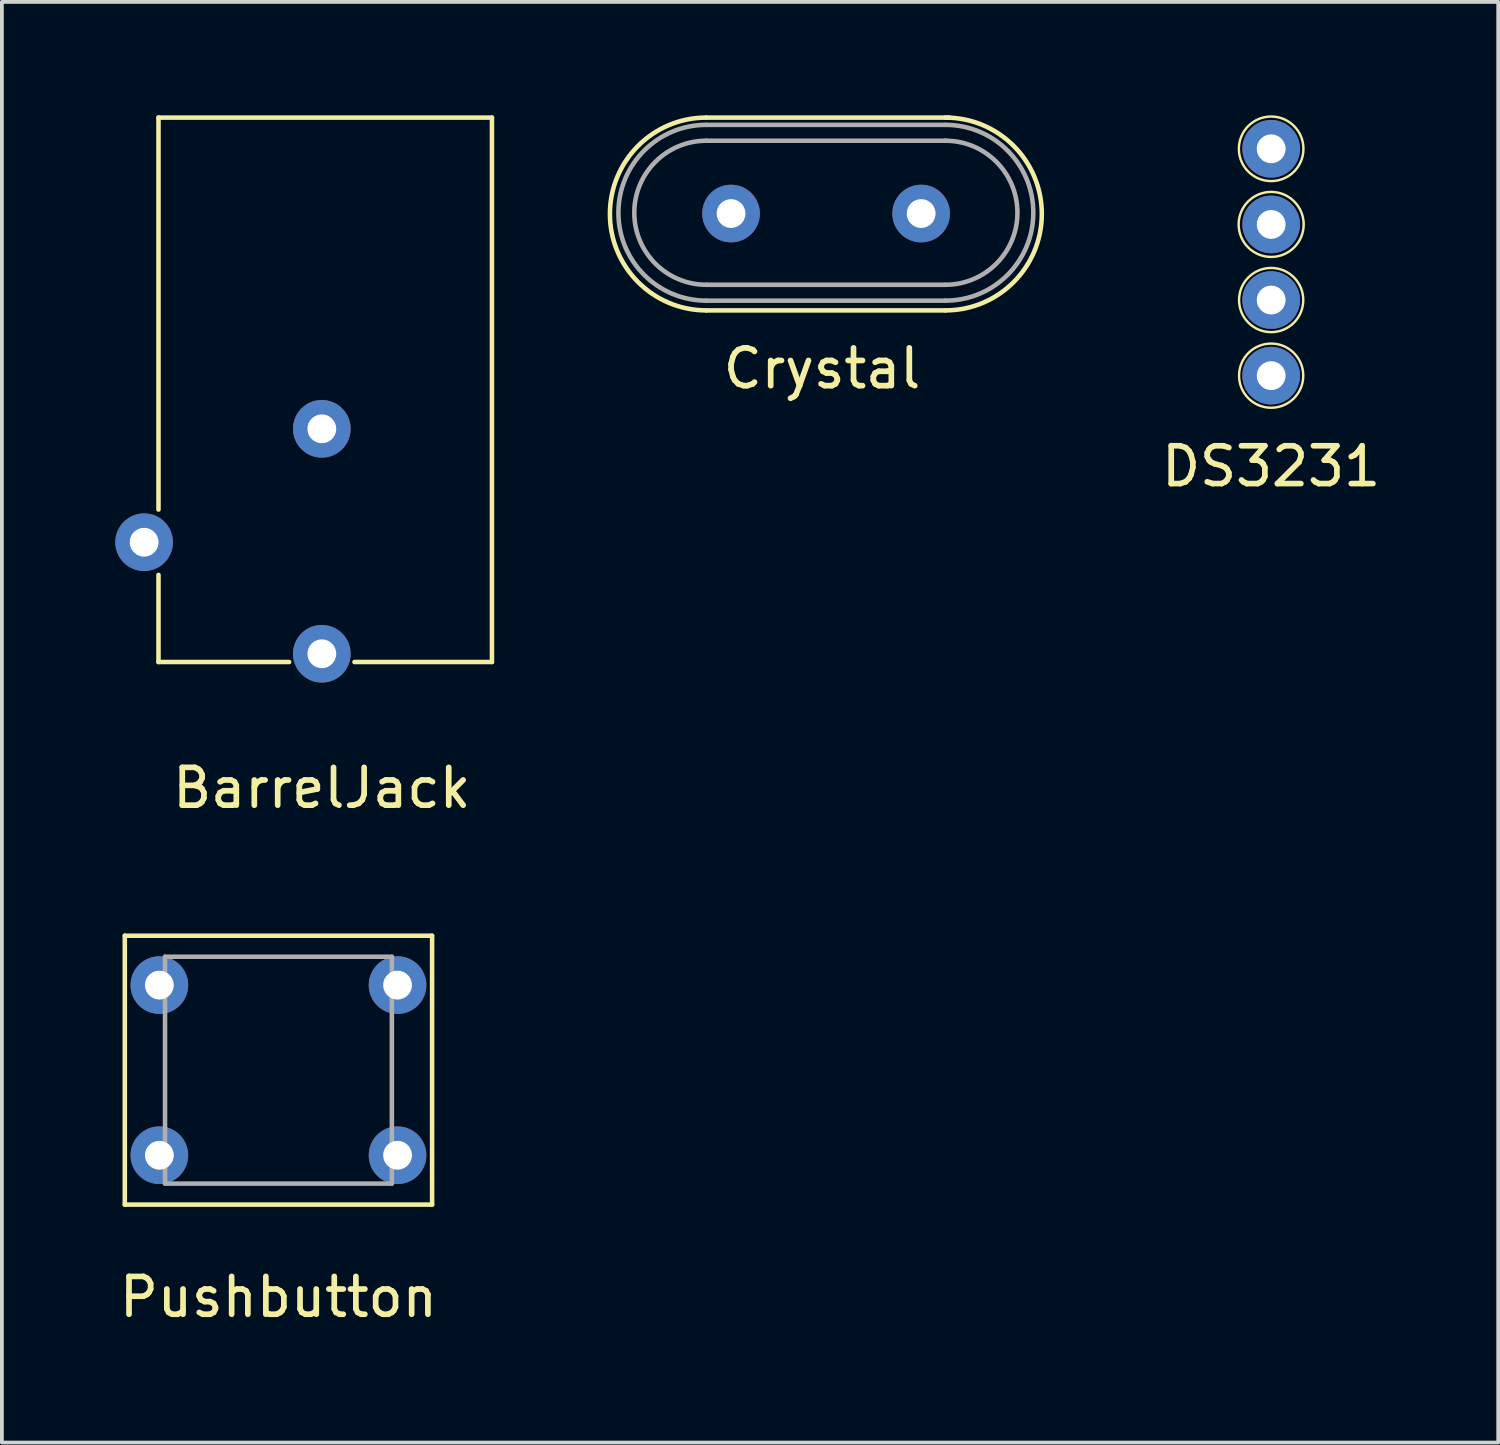
<source format=kicad_pcb>
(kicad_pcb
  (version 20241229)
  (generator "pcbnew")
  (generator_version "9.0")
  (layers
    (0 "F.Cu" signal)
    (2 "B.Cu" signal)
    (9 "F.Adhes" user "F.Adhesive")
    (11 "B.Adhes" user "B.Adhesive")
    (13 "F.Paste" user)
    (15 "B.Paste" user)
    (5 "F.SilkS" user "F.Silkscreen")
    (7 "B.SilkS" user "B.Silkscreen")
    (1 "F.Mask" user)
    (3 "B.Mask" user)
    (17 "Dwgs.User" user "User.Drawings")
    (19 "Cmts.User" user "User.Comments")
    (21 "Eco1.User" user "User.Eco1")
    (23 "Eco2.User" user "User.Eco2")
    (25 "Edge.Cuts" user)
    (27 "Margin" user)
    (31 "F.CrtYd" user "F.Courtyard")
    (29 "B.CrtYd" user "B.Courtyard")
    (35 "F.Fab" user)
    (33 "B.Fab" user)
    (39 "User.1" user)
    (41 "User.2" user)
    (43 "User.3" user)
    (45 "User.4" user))
  (footprint "Crystal"
    (layer "F.Cu")
    (at 18.692 2.916)
    (property "Reference" "Crystal" (at 0 3.78 0) (layer "F.SilkS") (effects (font (size 1 1) (thickness 0.15))))
    (attr through_hole)
    (fp_line (start -3.06 -2.856) (end 3.366 -2.856) (stroke (width 0.12) (type solid)) (layer "F.SilkS"))
    (fp_line (start -3.06 2.244) (end 3.264 2.244) (stroke (width 0.12) (type solid)) (layer "F.SilkS"))
    (fp_arc (start -3.06 2.244) (mid -5.61 -0.306) (end -3.06 -2.856) (stroke (width 0.12) (type solid)) (layer "F.SilkS"))
    (fp_arc (start 3.264 -2.856) (mid 5.814 -0.306) (end 3.264 2.244) (stroke (width 0.12) (type solid)) (layer "F.SilkS"))
    (fp_line (start 3.264 -2.664) (end -3.06 -2.664) (stroke (width 0.12) (type solid)) (layer "F.Fab"))
    (fp_line (start 3.264 -2.244) (end -3.06 -2.244) (stroke (width 0.12) (type solid)) (layer "F.Fab"))
    (fp_line (start 3.264 1.566) (end -3.06 1.566) (stroke (width 0.12) (type solid)) (layer "F.Fab"))
    (fp_line (start 3.264 1.986) (end -3.06 1.986) (stroke (width 0.12) (type solid)) (layer "F.Fab"))
    (fp_arc (start -3.06 1.566) (mid -4.965 -0.339) (end -3.06 -2.244) (stroke (width 0.12) (type solid)) (layer "F.Fab"))
    (fp_arc (start -3.06 1.986) (mid -5.385 -0.339) (end -3.06 -2.664) (stroke (width 0.12) (type solid)) (layer "F.Fab"))
    (fp_arc (start 3.264 -2.664) (mid 5.589 -0.339) (end 3.264 1.986) (stroke (width 0.12) (type solid)) (layer "F.Fab"))
    (fp_arc (start 3.264 -2.244) (mid 5.169 -0.339) (end 3.264 1.566) (stroke (width 0.12) (type solid)) (layer "F.Fab"))
    (pad "1" thru_hole circle (at 2.622 -0.318) (size 1.524 1.524) (drill 0.762) (layers "*.Cu" "*.Mask"))
    (pad "2" thru_hole circle (at -2.406 -0.318) (size 1.524 1.524) (drill 0.762) (layers "*.Cu" "*.Mask")))
  (footprint "BarrelJack"
    (layer "F.Cu")
    (at 5.462 7.116)
    (property "Reference" "BarrelJack" (at 0 10.676 0) (layer "F.SilkS") (effects (font (size 1 1) (thickness 0.15))))
    (attr through_hole)
    (fp_line (start -4.32 3.312) (end -4.32 -7.056) (stroke (width 0.12) (type solid)) (layer "F.SilkS"))
    (fp_line (start -4.32 7.344) (end -4.32 5.04) (stroke (width 0.12) (type solid)) (layer "F.SilkS"))
    (fp_line (start -4.32 7.344) (end -0.864 7.344) (stroke (width 0.12) (type solid)) (layer "F.SilkS"))
    (fp_line (start 4.5 -7.056) (end -4.32 -7.056) (stroke (width 0.12) (type solid)) (layer "F.SilkS"))
    (fp_line (start 4.5 -7.056) (end 4.5 7.344) (stroke (width 0.12) (type solid)) (layer "F.SilkS"))
    (fp_line (start 4.5 7.344) (end 0.864 7.344) (stroke (width 0.12) (type solid)) (layer "F.SilkS"))
    (pad "1" thru_hole circle (at 0 7.126) (size 1.524 1.524) (drill 0.762) (layers "*.Cu" "*.Mask"))
    (pad "2" thru_hole circle (at 0 1.176) (size 1.524 1.524) (drill 0.762) (layers "*.Cu" "*.Mask"))
    (pad "3" thru_hole circle (at -4.7 4.176) (size 1.524 1.524) (drill 0.762) (layers "*.Cu" "*.Mask")))
  (footprint "Pushbutton"
    (layer "F.Cu")
    (at 4.315 25.256)
    (property "Reference" "Pushbutton" (at 0 6 0) (layer "F.SilkS") (effects (font (size 1 1) (thickness 0.15))))
    (attr through_hole)
    (fp_line (start -4.064 -3.556) (end 4.064 -3.556) (stroke (width 0.12) (type solid)) (layer "F.SilkS"))
    (fp_line (start -4.064 3.556) (end -4.064 -3.556) (stroke (width 0.12) (type solid)) (layer "F.SilkS"))
    (fp_line (start 4.064 -3.556) (end 4.064 3.556) (stroke (width 0.12) (type solid)) (layer "F.SilkS"))
    (fp_line (start 4.064 3.556) (end -4.064 3.556) (stroke (width 0.12) (type solid)) (layer "F.SilkS"))
    (fp_line (start -3 -3) (end -3 3) (stroke (width 0.12) (type solid)) (layer "F.Fab"))
    (fp_line (start -3 3) (end 3 3) (stroke (width 0.12) (type solid)) (layer "F.Fab"))
    (fp_line (start 3 -3) (end -3 -3) (stroke (width 0.12) (type solid)) (layer "F.Fab"))
    (fp_line (start 3 3) (end 3 -3) (stroke (width 0.12) (type solid)) (layer "F.Fab"))
    (pad "1" thru_hole circle (at 3.15 -2.25) (size 1.524 1.524) (drill 0.762) (layers "*.Cu" "*.Mask"))
    (pad "2" thru_hole circle (at 3.15 2.25) (size 1.524 1.524) (drill 0.762) (layers "*.Cu" "*.Mask"))
    (pad "3" thru_hole circle (at -3.15 -2.25) (size 1.524 1.524) (drill 0.762) (layers "*.Cu" "*.Mask"))
    (pad "4" thru_hole circle (at -3.15 2.25) (size 1.524 1.524) (drill 0.762) (layers "*.Cu" "*.Mask")))
  (footprint "DS3231"
    (layer "F.Cu")
    (at 30.572 3.886)
    (property "Reference" "DS3231" (at 0 5.4 0) (layer "F.SilkS") (effects (font (size 1 1) (thickness 0.15))))
    (attr through_hole)
    (fp_circle (center 0 -3) (end 0.854 -3) (stroke (width 0.064) (type solid)) (fill no) (layer "F.SilkS"))
    (fp_circle (center 0 -1) (end 0.86 -1) (stroke (width 0.064) (type solid)) (fill no) (layer "F.SilkS"))
    (fp_circle (center 0 1) (end 0.849 1) (stroke (width 0.064) (type solid)) (fill no) (layer "F.SilkS"))
    (fp_circle (center 0 3) (end 0.849 3) (stroke (width 0.064) (type solid)) (fill no) (layer "F.SilkS"))
    (pad "2" thru_hole circle (at 0 1) (size 1.524 1.524) (drill 0.762) (layers "*.Cu" "*.Mask"))
    (pad "5" thru_hole circle (at 0 3) (size 1.524 1.524) (drill 0.762) (layers "*.Cu" "*.Mask"))
    (pad "7" thru_hole circle (at 0 -3) (size 1.524 1.524) (drill 0.762) (layers "*.Cu" "*.Mask"))
    (pad "8" thru_hole circle (at 0 -1) (size 1.524 1.524) (drill 0.762) (layers "*.Cu" "*.Mask")))
  (gr_rect
    (start -3 -3)
    (end 36.578 35.105)
    (stroke (width 0.1) (type default))
    (fill no)
    (layer "Edge.Cuts")))
</source>
